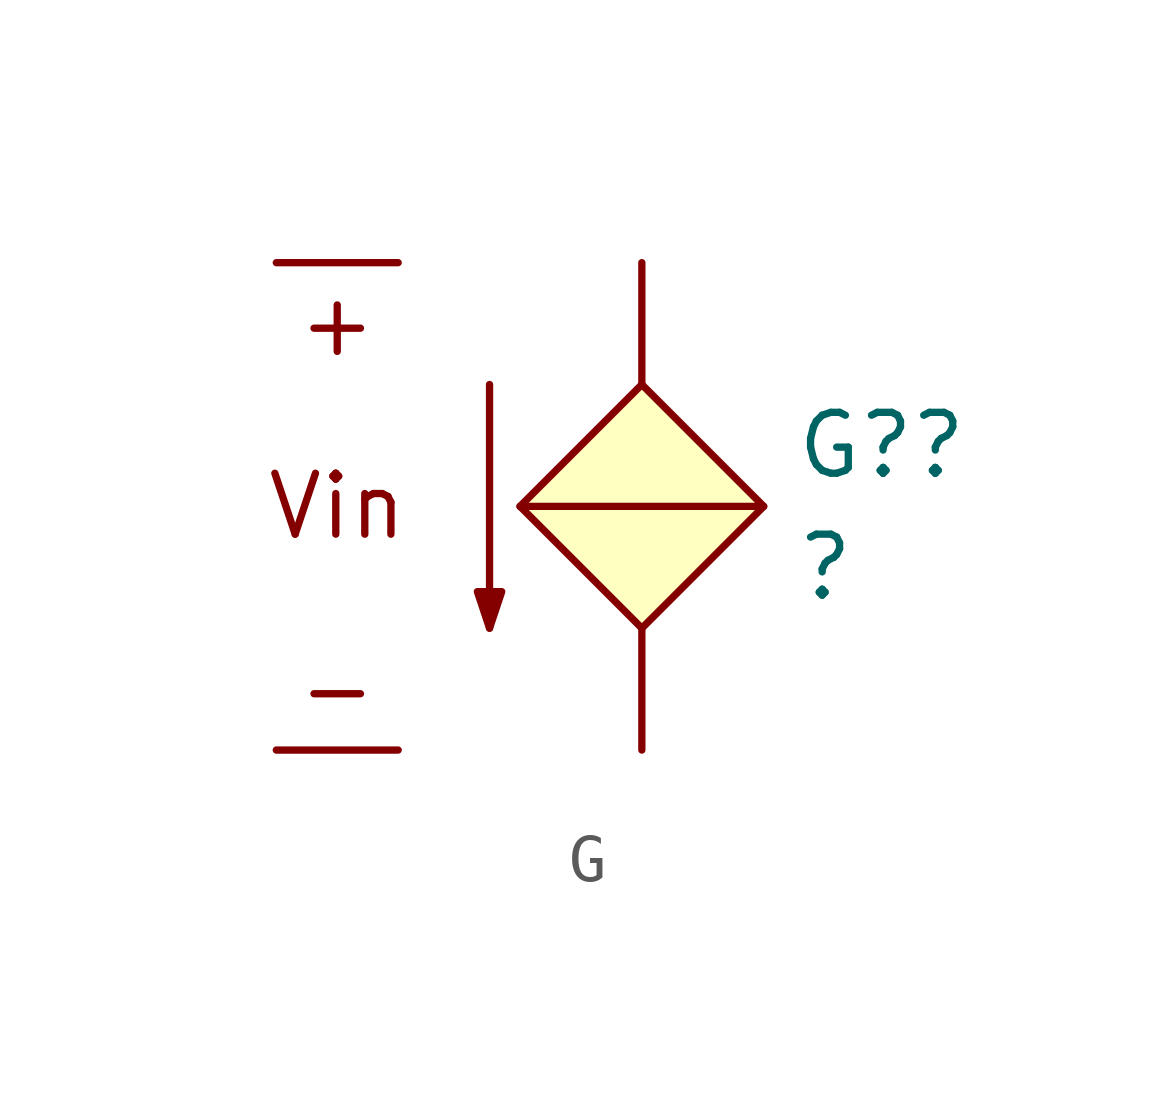
<source format=kicad_sym>
(kicad_symbol_lib
  (version 20241209)
  (generator "kicad_symbol_editor")
  (generator_version "9.0")
  (symbol "G"
    (pin_numbers
      (hide yes))
    (pin_names
      (offset 0)
      (hide yes))
    (property "Reference" "G?"
      (at 3.175 1.27 0)
      (effects (font (size 1.27 1.27)) (justify left)))
    (property "Value" "?"
      (at 3.175 -1.27 0)
      (effects (font (size 1.27 1.27)) (justify left)))
    (symbol "G_0_0"
      (text "+" (at -6.35 3.81 0) (effects (font (size 1.27 1.27))))
      (text "-" (at -6.35 -3.81 0) (effects (font (size 1.27 1.27))))
      (pin power_out line (at 0 5.08 270) (length 2.54) (name "p" (effects (font (size 1.27 1.27)))) (number "1" (effects (font (size 1.27 1.27))))))
    (symbol "G_0_1"
      (polyline (pts (xy -3.175 -2.54) (xy -3.175 2.54)) (stroke (width 0) (type solid)) (fill (type none)))
      (polyline (pts (xy -3.175 -2.54) (xy -3.429 -1.778) (xy -2.921 -1.778) (xy -3.175 -2.54)) (stroke (width 0) (type solid)) (fill (type outline)))
      (polyline (pts (xy 2.54 0) (xy -2.54 0)) (stroke (width 0) (type solid)) (fill (type none))))
    (symbol "G_1_0"
      (pin power_out line (at 0 -5.08 90) (length 2.54) (name "outN" (effects (font (size 1.27 1.27)))) (number "2" (effects (font (size 1.27 1.27))))))
    (symbol "G_1_1"
      (polyline (pts (xy 0 2.54) (xy -2.54 0) (xy 0 -2.54) (xy 2.54 0) (xy 0 2.54)) (stroke (width 0) (type default)) (fill (type background)))
      (text "Vin" (at -6.35 0 0) (effects (font (size 1.27 1.27))))
      (pin input line (at -7.62 5.08 0) (length 2.54) (name "inp" (effects (font (size 1.27 1.27)))) (number "3" (effects (font (size 1.27 1.27)))))
      (pin input line (at -7.62 -5.08 0) (length 2.54) (name "inN" (effects (font (size 1.27 1.27)))) (number "4" (effects (font (size 1.27 1.27))))))))
</source>
